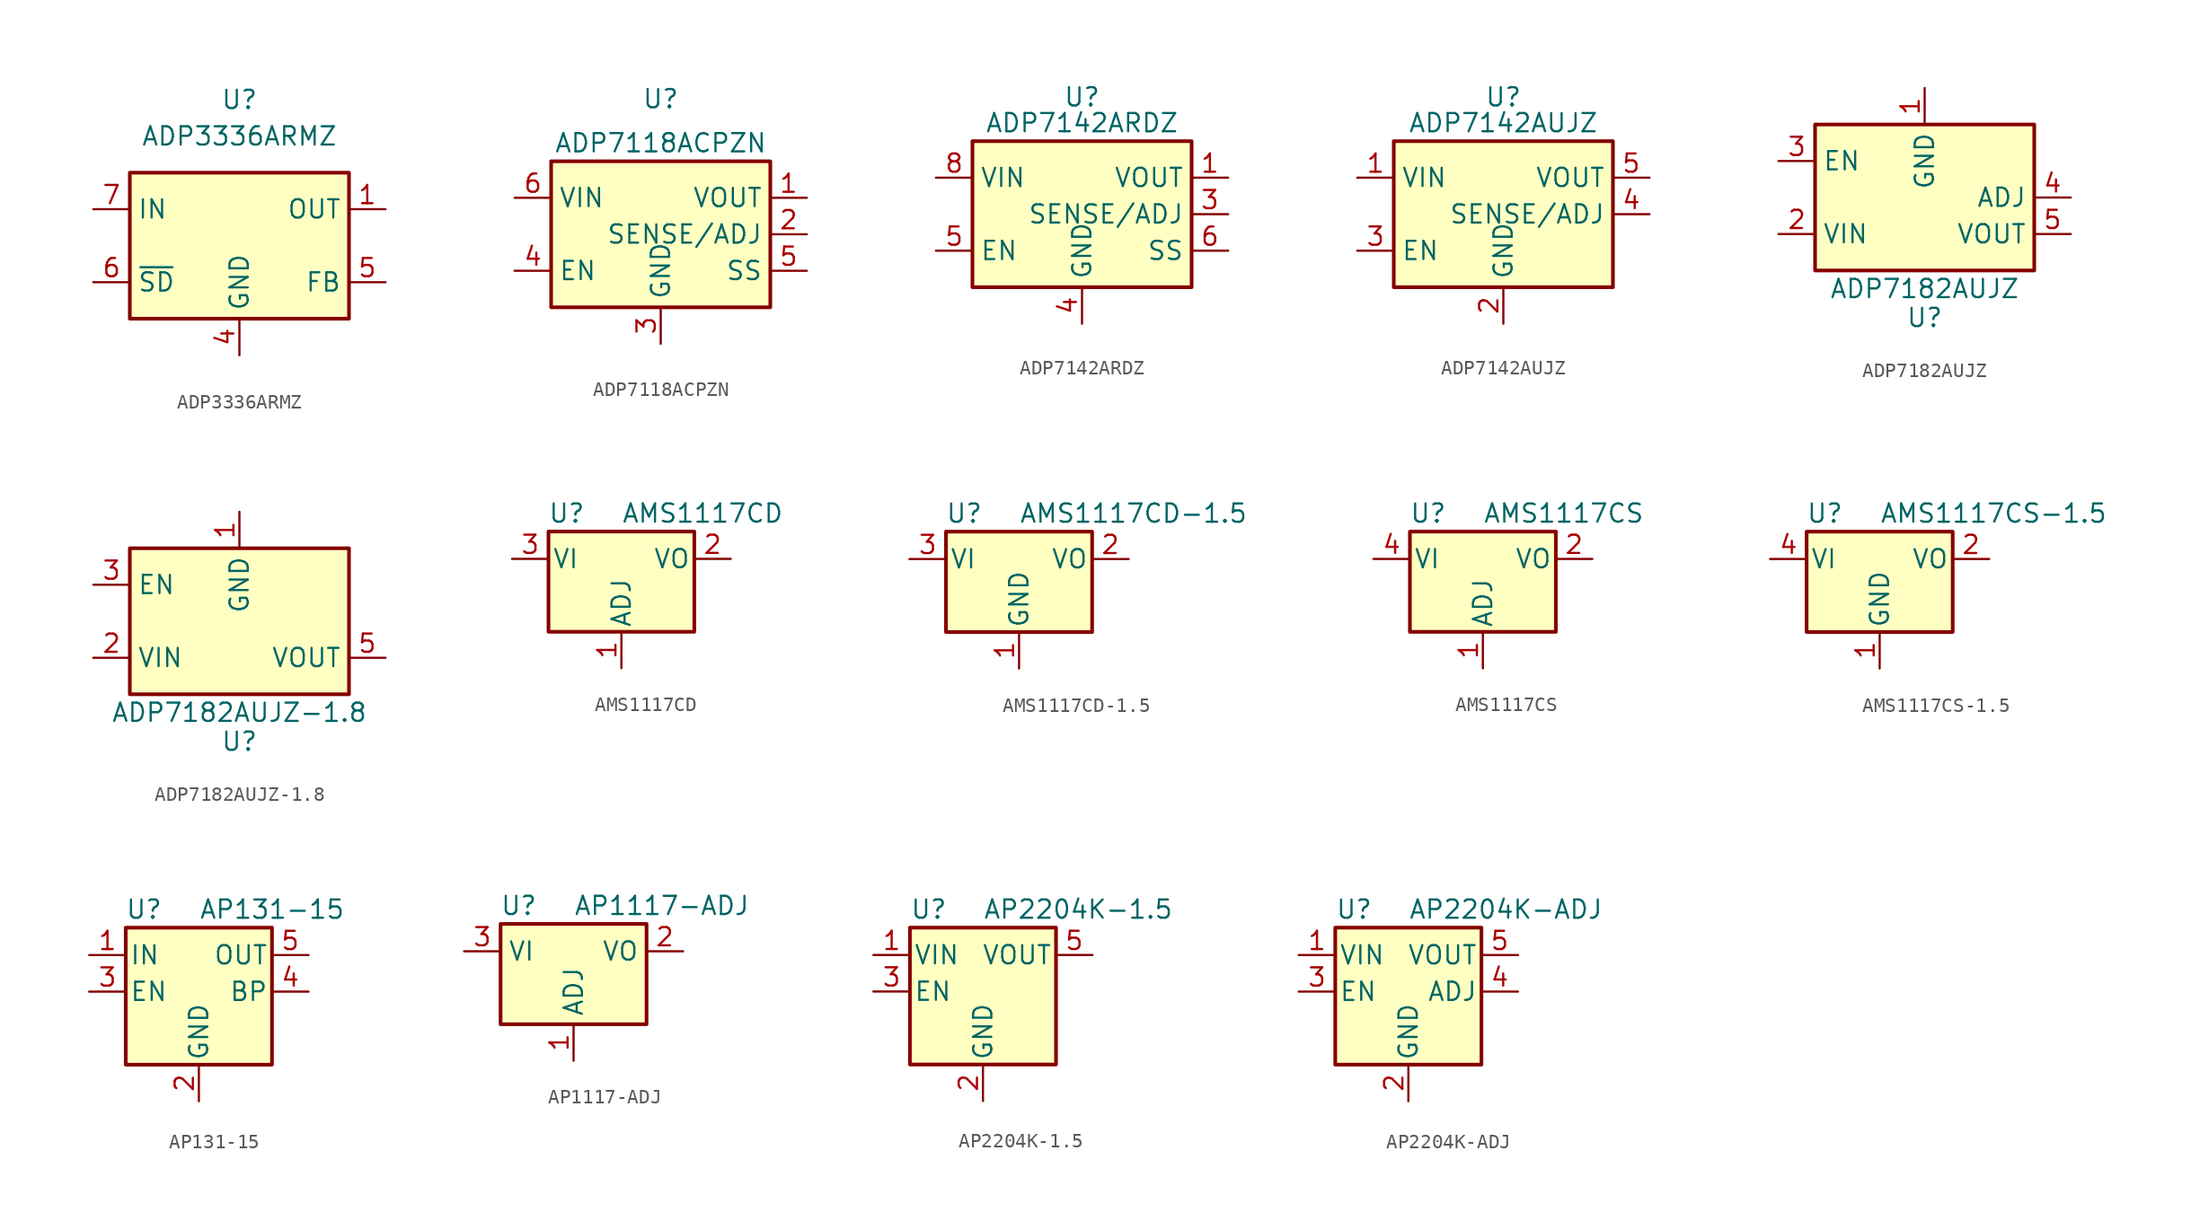
<source format=kicad_sym>
(kicad_symbol_lib
  (version 20241209)
  (generator "kicad_symbol_editor")
  (generator_version "9.0")
  (symbol "ADP3336ARMZ"
    (property "Reference" "U"
      (at 0 10.16 0)
      (effects (font (size 1.27 1.27))))
    (property "Value" "ADP3336ARMZ"
      (at 0 7.62 0)
      (effects (font (size 1.27 1.27))))
    (symbol "ADP3336ARMZ_1_1"
      (rectangle (start -7.62 5.08) (end 7.62 -5.08) (stroke (width 0.254) (type default)) (fill (type background)))
      (pin power_in line (at -10.16 2.54 0) (length 2.54) (name "IN" (effects (font (size 1.27 1.27)))) (number "7" (effects (font (size 1.27 1.27)))))
      (pin passive line (at -10.16 2.54 0) (length 2.54) (hide yes) (name "IN" (effects (font (size 1.27 1.27)))) (number "8" (effects (font (size 1.27 1.27)))))
      (pin input line (at -10.16 -2.54 0) (length 2.54) (name "~{SD}" (effects (font (size 1.27 1.27)))) (number "6" (effects (font (size 1.27 1.27)))))
      (pin power_in line (at 0 -7.62 90) (length 2.54) (name "GND" (effects (font (size 1.27 1.27)))) (number "4" (effects (font (size 1.27 1.27)))))
      (pin power_out line (at 10.16 2.54 180) (length 2.54) (name "OUT" (effects (font (size 1.27 1.27)))) (number "1" (effects (font (size 1.27 1.27)))))
      (pin passive line (at 10.16 2.54 180) (length 2.54) (hide yes) (name "OUT" (effects (font (size 1.27 1.27)))) (number "2" (effects (font (size 1.27 1.27)))))
      (pin passive line (at 10.16 2.54 180) (length 2.54) (hide yes) (name "OUT" (effects (font (size 1.27 1.27)))) (number "3" (effects (font (size 1.27 1.27)))))
      (pin passive line (at 10.16 -2.54 180) (length 2.54) (name "FB" (effects (font (size 1.27 1.27)))) (number "5" (effects (font (size 1.27 1.27)))))))
  (symbol "ADP7118ACPZN"
    (property "Reference" "U"
      (at 0 10.16 0)
      (effects (font (size 1.27 1.27)) (justify top)))
    (property "Value" "ADP7118ACPZN"
      (at 0 6.35 0)
      (effects (font (size 1.27 1.27))))
    (symbol "ADP7118ACPZN_0_1"
      (rectangle (start -7.62 5.08) (end 7.62 -5.08) (stroke (width 0.254) (type default)) (fill (type background))))
    (symbol "ADP7118ACPZN_1_1"
      (pin power_in line (at -10.16 2.54 0) (length 2.54) (name "VIN" (effects (font (size 1.27 1.27)))) (number "6" (effects (font (size 1.27 1.27)))))
      (pin input line (at -10.16 -2.54 0) (length 2.54) (name "EN" (effects (font (size 1.27 1.27)))) (number "4" (effects (font (size 1.27 1.27)))))
      (pin power_in line (at 0 -7.62 90) (length 2.54) (name "GND" (effects (font (size 1.27 1.27)))) (number "3" (effects (font (size 1.27 1.27)))))
      (pin passive line (at 0 -7.62 90) (length 2.54) (hide yes) (name "GND" (effects (font (size 1.27 1.27)))) (number "7" (effects (font (size 1.27 1.27)))))
      (pin power_out line (at 10.16 2.54 180) (length 2.54) (name "VOUT" (effects (font (size 1.27 1.27)))) (number "1" (effects (font (size 1.27 1.27)))))
      (pin input line (at 10.16 0 180) (length 2.54) (name "SENSE/ADJ" (effects (font (size 1.27 1.27)))) (number "2" (effects (font (size 1.27 1.27)))))
      (pin passive line (at 10.16 -2.54 180) (length 2.54) (name "SS" (effects (font (size 1.27 1.27)))) (number "5" (effects (font (size 1.27 1.27)))))))
  (symbol "ADP7142ARDZ"
    (property "Reference" "U"
      (at 0 8.89 0)
      (effects (font (size 1.27 1.27)) (justify top)))
    (property "Value" "ADP7142ARDZ"
      (at 0 6.35 0)
      (effects (font (size 1.27 1.27))))
    (symbol "ADP7142ARDZ_0_1"
      (rectangle (start -7.62 5.08) (end 7.62 -5.08) (stroke (width 0.254) (type default)) (fill (type background))))
    (symbol "ADP7142ARDZ_1_1"
      (pin passive line (at -10.16 2.54 0) (length 2.54) (hide yes) (name "VIN" (effects (font (size 1.27 1.27)))) (number "7" (effects (font (size 1.27 1.27)))))
      (pin power_in line (at -10.16 2.54 0) (length 2.54) (name "VIN" (effects (font (size 1.27 1.27)))) (number "8" (effects (font (size 1.27 1.27)))))
      (pin input line (at -10.16 -2.54 0) (length 2.54) (name "EN" (effects (font (size 1.27 1.27)))) (number "5" (effects (font (size 1.27 1.27)))))
      (pin power_in line (at 0 -7.62 90) (length 2.54) (name "GND" (effects (font (size 1.27 1.27)))) (number "4" (effects (font (size 1.27 1.27)))))
      (pin passive line (at 0 -7.62 90) (length 2.54) (hide yes) (name "GND" (effects (font (size 1.27 1.27)))) (number "9" (effects (font (size 1.27 1.27)))))
      (pin power_out line (at 10.16 2.54 180) (length 2.54) (name "VOUT" (effects (font (size 1.27 1.27)))) (number "1" (effects (font (size 1.27 1.27)))))
      (pin passive line (at 10.16 2.54 180) (length 2.54) (hide yes) (name "VOUT" (effects (font (size 1.27 1.27)))) (number "2" (effects (font (size 1.27 1.27)))))
      (pin input line (at 10.16 0 180) (length 2.54) (name "SENSE/ADJ" (effects (font (size 1.27 1.27)))) (number "3" (effects (font (size 1.27 1.27)))))
      (pin passive line (at 10.16 -2.54 180) (length 2.54) (name "SS" (effects (font (size 1.27 1.27)))) (number "6" (effects (font (size 1.27 1.27)))))))
  (symbol "ADP7142AUJZ"
    (property "Reference" "U"
      (at 0 8.89 0)
      (effects (font (size 1.27 1.27)) (justify top)))
    (property "Value" "ADP7142AUJZ"
      (at 0 6.35 0)
      (effects (font (size 1.27 1.27))))
    (symbol "ADP7142AUJZ_0_1"
      (rectangle (start -7.62 5.08) (end 7.62 -5.08) (stroke (width 0.254) (type default)) (fill (type background))))
    (symbol "ADP7142AUJZ_1_1"
      (pin power_in line (at -10.16 2.54 0) (length 2.54) (name "VIN" (effects (font (size 1.27 1.27)))) (number "1" (effects (font (size 1.27 1.27)))))
      (pin input line (at -10.16 -2.54 0) (length 2.54) (name "EN" (effects (font (size 1.27 1.27)))) (number "3" (effects (font (size 1.27 1.27)))))
      (pin power_in line (at 0 -7.62 90) (length 2.54) (name "GND" (effects (font (size 1.27 1.27)))) (number "2" (effects (font (size 1.27 1.27)))))
      (pin power_out line (at 10.16 2.54 180) (length 2.54) (name "VOUT" (effects (font (size 1.27 1.27)))) (number "5" (effects (font (size 1.27 1.27)))))
      (pin input line (at 10.16 0 180) (length 2.54) (name "SENSE/ADJ" (effects (font (size 1.27 1.27)))) (number "4" (effects (font (size 1.27 1.27)))))))
  (symbol "ADP7182AUJZ"
    (property "Reference" "U"
      (at 0 -7.62 0)
      (effects (font (size 1.27 1.27)) (justify top)))
    (property "Value" "ADP7182AUJZ"
      (at 0 -6.35 0)
      (effects (font (size 1.27 1.27))))
    (symbol "ADP7182AUJZ_0_1"
      (rectangle (start -7.62 5.08) (end 7.62 -5.08) (stroke (width 0.254) (type default)) (fill (type background))))
    (symbol "ADP7182AUJZ_1_1"
      (pin input line (at -10.16 2.54 0) (length 2.54) (name "EN" (effects (font (size 1.27 1.27)))) (number "3" (effects (font (size 1.27 1.27)))))
      (pin power_in line (at -10.16 -2.54 0) (length 2.54) (name "VIN" (effects (font (size 1.27 1.27)))) (number "2" (effects (font (size 1.27 1.27)))))
      (pin power_in line (at 0 7.62 270) (length 2.54) (name "GND" (effects (font (size 1.27 1.27)))) (number "1" (effects (font (size 1.27 1.27)))))
      (pin input line (at 10.16 0 180) (length 2.54) (name "ADJ" (effects (font (size 1.27 1.27)))) (number "4" (effects (font (size 1.27 1.27)))))
      (pin power_out line (at 10.16 -2.54 180) (length 2.54) (name "VOUT" (effects (font (size 1.27 1.27)))) (number "5" (effects (font (size 1.27 1.27)))))))
  (symbol "ADP7182AUJZ-1.8"
    (property "Reference" "U"
      (at 0 -7.62 0)
      (effects (font (size 1.27 1.27)) (justify top)))
    (property "Value" "ADP7182AUJZ-1.8"
      (at 0 -6.35 0)
      (effects (font (size 1.27 1.27))))
    (symbol "ADP7182AUJZ-1.8_0_1"
      (rectangle (start -7.62 5.08) (end 7.62 -5.08) (stroke (width 0.254) (type default)) (fill (type background))))
    (symbol "ADP7182AUJZ-1.8_1_1"
      (pin input line (at -10.16 2.54 0) (length 2.54) (name "EN" (effects (font (size 1.27 1.27)))) (number "3" (effects (font (size 1.27 1.27)))))
      (pin power_in line (at -10.16 -2.54 0) (length 2.54) (name "VIN" (effects (font (size 1.27 1.27)))) (number "2" (effects (font (size 1.27 1.27)))))
      (pin power_in line (at 0 7.62 270) (length 2.54) (name "GND" (effects (font (size 1.27 1.27)))) (number "1" (effects (font (size 1.27 1.27)))))
      (pin no_connect line (at 7.62 0 180) (length 2.54) (hide yes) (name "NC" (effects (font (size 1.27 1.27)))) (number "4" (effects (font (size 1.27 1.27)))))
      (pin power_out line (at 10.16 -2.54 180) (length 2.54) (name "VOUT" (effects (font (size 1.27 1.27)))) (number "5" (effects (font (size 1.27 1.27)))))))
  (symbol "AMS1117CD"
    (pin_names
      (offset 0.254))
    (property "Reference" "U"
      (at -3.81 3.175 0)
      (effects (font (size 1.27 1.27))))
    (property "Value" "AMS1117CD"
      (at 0 3.175 0)
      (effects (font (size 1.27 1.27)) (justify left)))
    (symbol "AMS1117CD_0_1"
      (rectangle (start -5.08 -5.08) (end 5.08 1.905) (stroke (width 0.254) (type default)) (fill (type background))))
    (symbol "AMS1117CD_1_1"
      (pin power_in line (at -7.62 0 0) (length 2.54) (name "VI" (effects (font (size 1.27 1.27)))) (number "3" (effects (font (size 1.27 1.27)))))
      (pin input line (at 0 -7.62 90) (length 2.54) (name "ADJ" (effects (font (size 1.27 1.27)))) (number "1" (effects (font (size 1.27 1.27)))))
      (pin power_out line (at 7.62 0 180) (length 2.54) (name "VO" (effects (font (size 1.27 1.27)))) (number "2" (effects (font (size 1.27 1.27)))))))
  (symbol "AMS1117CD-1.5"
    (pin_names
      (offset 0.254))
    (property "Reference" "U"
      (at -3.81 3.175 0)
      (effects (font (size 1.27 1.27))))
    (property "Value" "AMS1117CD-1.5"
      (at 0 3.175 0)
      (effects (font (size 1.27 1.27)) (justify left)))
    (symbol "AMS1117CD-1.5_0_1"
      (rectangle (start -5.08 -5.08) (end 5.08 1.905) (stroke (width 0.254) (type default)) (fill (type background))))
    (symbol "AMS1117CD-1.5_1_1"
      (pin power_in line (at -7.62 0 0) (length 2.54) (name "VI" (effects (font (size 1.27 1.27)))) (number "3" (effects (font (size 1.27 1.27)))))
      (pin power_in line (at 0 -7.62 90) (length 2.54) (name "GND" (effects (font (size 1.27 1.27)))) (number "1" (effects (font (size 1.27 1.27)))))
      (pin power_out line (at 7.62 0 180) (length 2.54) (name "VO" (effects (font (size 1.27 1.27)))) (number "2" (effects (font (size 1.27 1.27)))))))
  (symbol "AMS1117CS"
    (pin_names
      (offset 0.254))
    (property "Reference" "U"
      (at -3.81 3.175 0)
      (effects (font (size 1.27 1.27))))
    (property "Value" "AMS1117CS"
      (at 0 3.175 0)
      (effects (font (size 1.27 1.27)) (justify left)))
    (symbol "AMS1117CS_0_1"
      (rectangle (start -5.08 -5.08) (end 5.08 1.905) (stroke (width 0.254) (type default)) (fill (type background))))
    (symbol "AMS1117CS_1_1"
      (pin power_in line (at -7.62 0 0) (length 2.54) (name "VI" (effects (font (size 1.27 1.27)))) (number "4" (effects (font (size 1.27 1.27)))))
      (pin no_connect line (at -2.54 -2.54 180) (length 2.54) (hide yes) (name "NC" (effects (font (size 1.27 1.27)))) (number "5" (effects (font (size 1.27 1.27)))))
      (pin input line (at 0 -7.62 90) (length 2.54) (name "ADJ" (effects (font (size 1.27 1.27)))) (number "1" (effects (font (size 1.27 1.27)))))
      (pin no_connect line (at 2.54 -2.54 0) (length 2.54) (hide yes) (name "NC" (effects (font (size 1.27 1.27)))) (number "8" (effects (font (size 1.27 1.27)))))
      (pin power_out line (at 7.62 0 180) (length 2.54) (name "VO" (effects (font (size 1.27 1.27)))) (number "2" (effects (font (size 1.27 1.27)))))
      (pin passive line (at 7.62 0 180) (length 2.54) (hide yes) (name "VO" (effects (font (size 1.27 1.27)))) (number "3" (effects (font (size 1.27 1.27)))))
      (pin passive line (at 7.62 0 180) (length 2.54) (hide yes) (name "VO" (effects (font (size 1.27 1.27)))) (number "6" (effects (font (size 1.27 1.27)))))
      (pin passive line (at 7.62 0 180) (length 2.54) (hide yes) (name "VO" (effects (font (size 1.27 1.27)))) (number "7" (effects (font (size 1.27 1.27)))))))
  (symbol "AMS1117CS-1.5"
    (pin_names
      (offset 0.254))
    (property "Reference" "U"
      (at -3.81 3.175 0)
      (effects (font (size 1.27 1.27))))
    (property "Value" "AMS1117CS-1.5"
      (at 0 3.175 0)
      (effects (font (size 1.27 1.27)) (justify left)))
    (symbol "AMS1117CS-1.5_0_1"
      (rectangle (start -5.08 -5.08) (end 5.08 1.905) (stroke (width 0.254) (type default)) (fill (type background))))
    (symbol "AMS1117CS-1.5_1_1"
      (pin power_in line (at -7.62 0 0) (length 2.54) (name "VI" (effects (font (size 1.27 1.27)))) (number "4" (effects (font (size 1.27 1.27)))))
      (pin no_connect line (at -2.54 -2.54 180) (length 2.54) (hide yes) (name "NC" (effects (font (size 1.27 1.27)))) (number "5" (effects (font (size 1.27 1.27)))))
      (pin power_in line (at 0 -7.62 90) (length 2.54) (name "GND" (effects (font (size 1.27 1.27)))) (number "1" (effects (font (size 1.27 1.27)))))
      (pin no_connect line (at 2.54 -2.54 0) (length 2.54) (hide yes) (name "NC" (effects (font (size 1.27 1.27)))) (number "8" (effects (font (size 1.27 1.27)))))
      (pin power_out line (at 7.62 0 180) (length 2.54) (name "VO" (effects (font (size 1.27 1.27)))) (number "2" (effects (font (size 1.27 1.27)))))
      (pin passive line (at 7.62 0 180) (length 2.54) (hide yes) (name "VO" (effects (font (size 1.27 1.27)))) (number "3" (effects (font (size 1.27 1.27)))))
      (pin passive line (at 7.62 0 180) (length 2.54) (hide yes) (name "VO" (effects (font (size 1.27 1.27)))) (number "6" (effects (font (size 1.27 1.27)))))
      (pin passive line (at 7.62 0 180) (length 2.54) (hide yes) (name "VO" (effects (font (size 1.27 1.27)))) (number "7" (effects (font (size 1.27 1.27)))))))
  (symbol "AP131-15"
    (pin_names
      (offset 0.254))
    (property "Reference" "U"
      (at -3.81 5.715 0)
      (effects (font (size 1.27 1.27))))
    (property "Value" "AP131-15"
      (at 0 5.715 0)
      (effects (font (size 1.27 1.27)) (justify left)))
    (symbol "AP131-15_0_1"
      (rectangle (start -5.08 4.445) (end 5.08 -5.08) (stroke (width 0.254) (type default)) (fill (type background))))
    (symbol "AP131-15_1_1"
      (pin power_in line (at -7.62 2.54 0) (length 2.54) (name "IN" (effects (font (size 1.27 1.27)))) (number "1" (effects (font (size 1.27 1.27)))))
      (pin input line (at -7.62 0 0) (length 2.54) (name "EN" (effects (font (size 1.27 1.27)))) (number "3" (effects (font (size 1.27 1.27)))))
      (pin power_in line (at 0 -7.62 90) (length 2.54) (name "GND" (effects (font (size 1.27 1.27)))) (number "2" (effects (font (size 1.27 1.27)))))
      (pin power_out line (at 7.62 2.54 180) (length 2.54) (name "OUT" (effects (font (size 1.27 1.27)))) (number "5" (effects (font (size 1.27 1.27)))))
      (pin input line (at 7.62 0 180) (length 2.54) (name "BP" (effects (font (size 1.27 1.27)))) (number "4" (effects (font (size 1.27 1.27)))))))
  (symbol "AP1117-ADJ"
    (property "Reference" "U"
      (at -3.81 3.175 0)
      (effects (font (size 1.27 1.27))))
    (property "Value" "AP1117-ADJ"
      (at 0 3.175 0)
      (effects (font (size 1.27 1.27)) (justify left)))
    (symbol "AP1117-ADJ_0_1"
      (rectangle (start -5.08 -5.08) (end 5.08 1.905) (stroke (width 0.254) (type default)) (fill (type background))))
    (symbol "AP1117-ADJ_1_1"
      (pin power_in line (at -7.62 0 0) (length 2.54) (name "VI" (effects (font (size 1.27 1.27)))) (number "3" (effects (font (size 1.27 1.27)))))
      (pin input line (at 0 -7.62 90) (length 2.54) (name "ADJ" (effects (font (size 1.27 1.27)))) (number "1" (effects (font (size 1.27 1.27)))))
      (pin power_out line (at 7.62 0 180) (length 2.54) (name "VO" (effects (font (size 1.27 1.27)))) (number "2" (effects (font (size 1.27 1.27)))))))
  (symbol "AP2204K-1.5"
    (pin_names
      (offset 0.254))
    (property "Reference" "U"
      (at -5.08 5.715 0)
      (effects (font (size 1.27 1.27)) (justify left)))
    (property "Value" "AP2204K-1.5"
      (at 0 5.715 0)
      (effects (font (size 1.27 1.27)) (justify left)))
    (symbol "AP2204K-1.5_0_1"
      (rectangle (start -5.08 4.445) (end 5.08 -5.08) (stroke (width 0.254) (type default)) (fill (type background))))
    (symbol "AP2204K-1.5_1_1"
      (pin power_in line (at -7.62 2.54 0) (length 2.54) (name "VIN" (effects (font (size 1.27 1.27)))) (number "1" (effects (font (size 1.27 1.27)))))
      (pin input line (at -7.62 0 0) (length 2.54) (name "EN" (effects (font (size 1.27 1.27)))) (number "3" (effects (font (size 1.27 1.27)))))
      (pin power_in line (at 0 -7.62 90) (length 2.54) (name "GND" (effects (font (size 1.27 1.27)))) (number "2" (effects (font (size 1.27 1.27)))))
      (pin no_connect line (at 5.08 0 180) (length 2.54) (hide yes) (name "NC" (effects (font (size 1.27 1.27)))) (number "4" (effects (font (size 1.27 1.27)))))
      (pin power_out line (at 7.62 2.54 180) (length 2.54) (name "VOUT" (effects (font (size 1.27 1.27)))) (number "5" (effects (font (size 1.27 1.27)))))))
  (symbol "AP2204K-ADJ"
    (pin_names
      (offset 0.254))
    (property "Reference" "U"
      (at -5.08 5.715 0)
      (effects (font (size 1.27 1.27)) (justify left)))
    (property "Value" "AP2204K-ADJ"
      (at 0 5.715 0)
      (effects (font (size 1.27 1.27)) (justify left)))
    (symbol "AP2204K-ADJ_0_1"
      (rectangle (start -5.08 4.445) (end 5.08 -5.08) (stroke (width 0.254) (type default)) (fill (type background))))
    (symbol "AP2204K-ADJ_1_1"
      (pin power_in line (at -7.62 2.54 0) (length 2.54) (name "VIN" (effects (font (size 1.27 1.27)))) (number "1" (effects (font (size 1.27 1.27)))))
      (pin input line (at -7.62 0 0) (length 2.54) (name "EN" (effects (font (size 1.27 1.27)))) (number "3" (effects (font (size 1.27 1.27)))))
      (pin power_in line (at 0 -7.62 90) (length 2.54) (name "GND" (effects (font (size 1.27 1.27)))) (number "2" (effects (font (size 1.27 1.27)))))
      (pin power_out line (at 7.62 2.54 180) (length 2.54) (name "VOUT" (effects (font (size 1.27 1.27)))) (number "5" (effects (font (size 1.27 1.27)))))
      (pin input line (at 7.62 0 180) (length 2.54) (name "ADJ" (effects (font (size 1.27 1.27)))) (number "4" (effects (font (size 1.27 1.27))))))))
</source>
